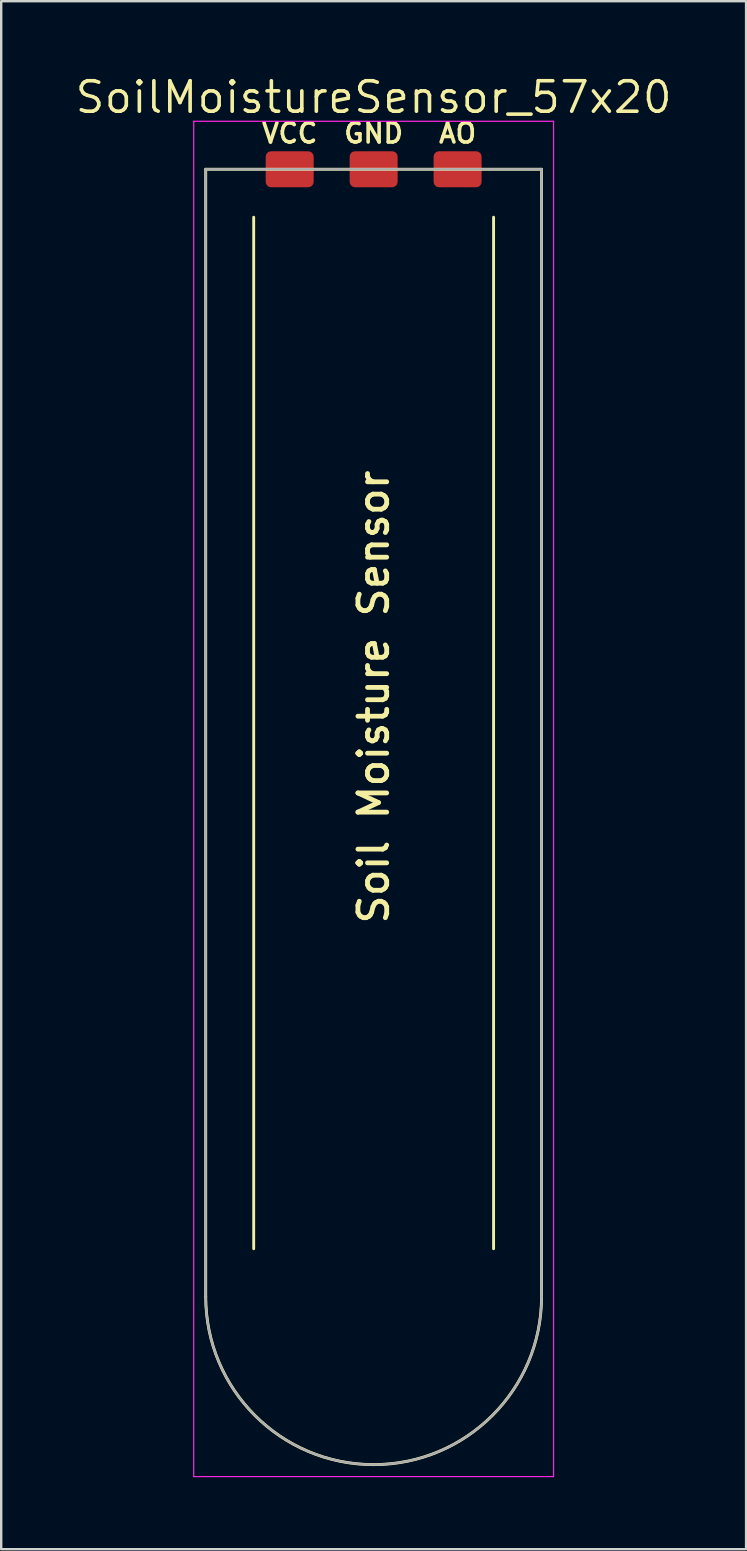
<source format=kicad_pcb>
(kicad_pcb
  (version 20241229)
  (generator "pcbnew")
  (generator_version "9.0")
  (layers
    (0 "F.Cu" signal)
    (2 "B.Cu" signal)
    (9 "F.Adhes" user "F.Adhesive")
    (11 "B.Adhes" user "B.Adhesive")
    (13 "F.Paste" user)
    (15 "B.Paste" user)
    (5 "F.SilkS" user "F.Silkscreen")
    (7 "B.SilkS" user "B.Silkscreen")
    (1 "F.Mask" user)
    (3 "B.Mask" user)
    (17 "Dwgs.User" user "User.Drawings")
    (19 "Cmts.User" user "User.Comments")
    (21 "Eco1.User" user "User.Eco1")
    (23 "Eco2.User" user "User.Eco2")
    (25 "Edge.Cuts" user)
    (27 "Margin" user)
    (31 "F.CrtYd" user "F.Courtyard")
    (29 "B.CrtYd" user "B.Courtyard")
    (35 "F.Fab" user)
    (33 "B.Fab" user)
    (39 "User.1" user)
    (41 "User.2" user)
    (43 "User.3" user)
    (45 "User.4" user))
  (footprint "SoilMoistureSensor_57x20"
    (layer "F.Cu")
    (at 19.526 51.006)
    (property "Reference" "SoilMoistureSensor_57x20" (at -7 -50 0) (layer "F.SilkS") (effects (font (size 1.27 1.27) (thickness 0.15))))
    (fp_line (start -14 -47) (end 0 -47) (stroke (width 0.12) (type solid)) (layer "F.SilkS"))
    (fp_line (start -14 0) (end -14 -47) (stroke (width 0.12) (type solid)) (layer "F.SilkS"))
    (fp_line (start -12 -2) (end -12 -45) (stroke (width 0.12) (type solid)) (layer "F.SilkS"))
    (fp_line (start -2 -2) (end -2 -45) (stroke (width 0.12) (type solid)) (layer "F.SilkS"))
    (fp_line (start 0 0) (end 0 -47) (stroke (width 0.12) (type solid)) (layer "F.SilkS"))
    (fp_arc (start 0 0) (mid -7 7) (end -14 0) (stroke (width 0.12) (type solid)) (layer "F.SilkS"))
    (fp_line (start -14.5 -49) (end 0.5 -49) (stroke (width 0.05) (type solid)) (layer "F.CrtYd"))
    (fp_line (start -14.5 7.5) (end -14.5 -49) (stroke (width 0.05) (type solid)) (layer "F.CrtYd"))
    (fp_line (start 0.5 -49) (end 0.5 7.5) (stroke (width 0.05) (type solid)) (layer "F.CrtYd"))
    (fp_line (start 0.5 7.5) (end -14.5 7.5) (stroke (width 0.05) (type solid)) (layer "F.CrtYd"))
    (fp_line (start -14 -47) (end 0 -47) (stroke (width 0.1) (type solid)) (layer "F.Fab"))
    (fp_line (start -14 0) (end -14 -47) (stroke (width 0.1) (type solid)) (layer "F.Fab"))
    (fp_line (start 0 -47) (end 0 0) (stroke (width 0.1) (type solid)) (layer "F.Fab"))
    (fp_arc (start 0 0) (mid -7 7) (end -14 0) (stroke (width 0.1) (type solid)) (layer "F.Fab"))
    (fp_text user "Soil Moisture Sensor" (at -7 -25 90) (unlocked yes) (layer "F.SilkS") (effects (font (size 1.2 1.2) (thickness 0.2))))
    (fp_text user "VCC" (at -10.5 -48.5 0) (layer "F.SilkS") (effects (font (size 0.8 0.8) (thickness 0.15))))
    (fp_text user "AO" (at -3.5 -48.5 0) (layer "F.SilkS") (effects (font (size 0.8 0.8) (thickness 0.15))))
    (fp_text user "GND" (at -7 -48.5 0) (layer "F.SilkS") (effects (font (size 0.8 0.8) (thickness 0.15))))
    (pad "1" smd roundrect (at -10.5 -47) (size 2 1.5) (layers "F.Cu" "F.Mask" "F.Paste") (roundrect_rratio 0.15))
    (pad "2" smd roundrect (at -7 -47) (size 2 1.5) (layers "F.Cu" "F.Mask" "F.Paste") (roundrect_rratio 0.15))
    (pad "3" smd roundrect (at -3.5 -47) (size 2 1.5) (layers "F.Cu" "F.Mask" "F.Paste") (roundrect_rratio 0.15)))
  (gr_rect
    (start -3 -3)
    (end 28.052 61.531)
    (stroke (width 0.1) (type default))
    (fill no)
    (layer "Edge.Cuts")))
</source>
